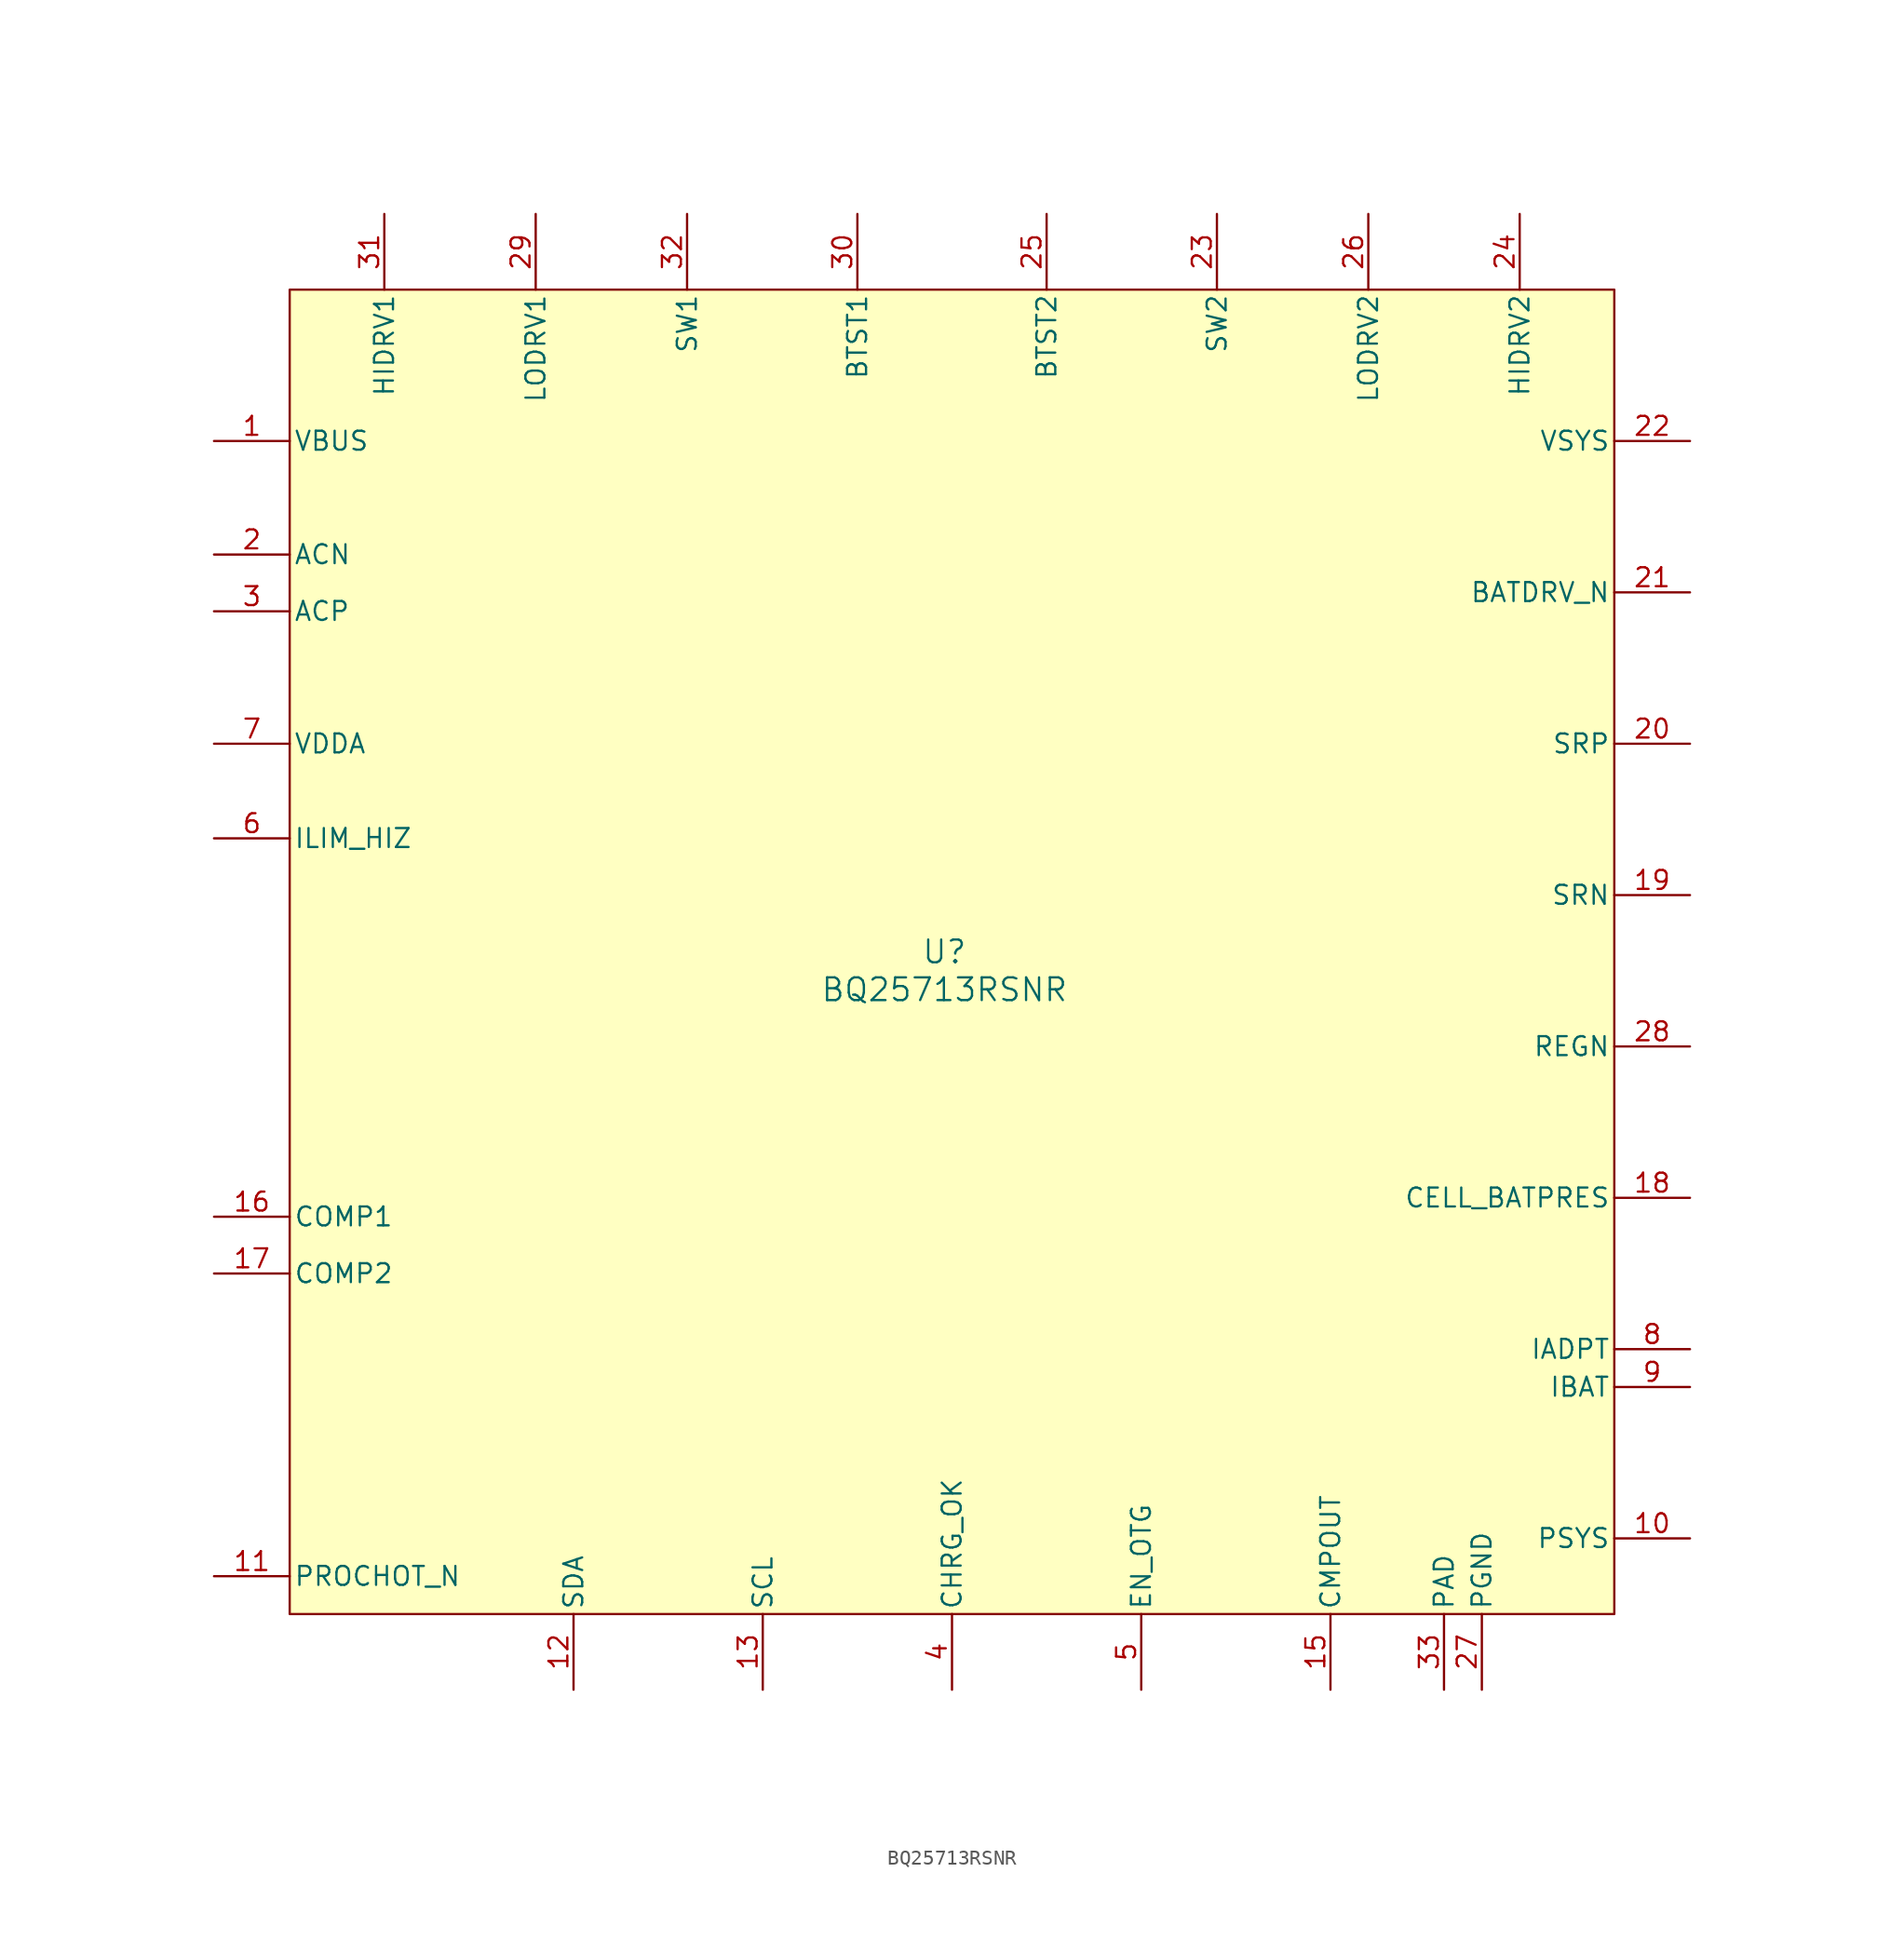
<source format=kicad_sym>
(kicad_symbol_lib
  (version 20231120)
  (generator "kicad_symbol_editor")
  (generator_version "8.99")
  (symbol "BQ25713RSNR"
    (pin_names
      (offset 0.254))
    (property "Reference" "U"
      (at -0.508 0 0)
      (effects (font (size 1.524 1.524))))
    (property "Value" "BQ25713RSNR"
      (at -0.508 -2.54 0)
      (effects (font (size 1.524 1.524))))
    (property "ki_locked" ""
      (at 0 0 0)
      (effects (font (size 1.27 1.27))))
    (symbol "BQ25713RSNR_0_1"
      (pin power_in line (at -49.53 34.29 0) (length 5.08) (name "VBUS" (effects (font (size 1.27 1.27)))) (number "1" (effects (font (size 1.27 1.27)))))
      (pin output line (at 49.53 -39.37 180) (length 5.08) (name "PSYS" (effects (font (size 1.27 1.27)))) (number "10" (effects (font (size 1.27 1.27)))))
      (pin open_collector line (at -49.53 -41.91 0) (length 5.08) (name "PROCHOT_N" (effects (font (size 1.27 1.27)))) (number "11" (effects (font (size 1.27 1.27)))))
      (pin bidirectional line (at -25.4 -49.53 90) (length 5.08) (name "SDA" (effects (font (size 1.27 1.27)))) (number "12" (effects (font (size 1.27 1.27)))))
      (pin input line (at -12.7 -49.53 90) (length 5.08) (name "SCL" (effects (font (size 1.27 1.27)))) (number "13" (effects (font (size 1.27 1.27)))))
      (pin open_collector line (at 25.4 -49.53 90) (length 5.08) (name "CMPOUT" (effects (font (size 1.27 1.27)))) (number "15" (effects (font (size 1.27 1.27)))))
      (pin input line (at -49.53 -17.78 0) (length 5.08) (name "COMP1" (effects (font (size 1.27 1.27)))) (number "16" (effects (font (size 1.27 1.27)))))
      (pin input line (at -49.53 -21.59 0) (length 5.08) (name "COMP2" (effects (font (size 1.27 1.27)))) (number "17" (effects (font (size 1.27 1.27)))))
      (pin input line (at 49.53 -16.51 180) (length 5.08) (name "CELL_BATPRES" (effects (font (size 1.27 1.27)))) (number "18" (effects (font (size 1.27 1.27)))))
      (pin input line (at 49.53 3.81 180) (length 5.08) (name "SRN" (effects (font (size 1.27 1.27)))) (number "19" (effects (font (size 1.27 1.27)))))
      (pin input line (at -49.53 26.67 0) (length 5.08) (name "ACN" (effects (font (size 1.27 1.27)))) (number "2" (effects (font (size 1.27 1.27)))))
      (pin input line (at 49.53 13.97 180) (length 5.08) (name "SRP" (effects (font (size 1.27 1.27)))) (number "20" (effects (font (size 1.27 1.27)))))
      (pin output line (at 49.53 24.13 180) (length 5.08) (name "BATDRV_N" (effects (font (size 1.27 1.27)))) (number "21" (effects (font (size 1.27 1.27)))))
      (pin power_in line (at 49.53 34.29 180) (length 5.08) (name "VSYS" (effects (font (size 1.27 1.27)))) (number "22" (effects (font (size 1.27 1.27)))))
      (pin power_in line (at 17.78 49.53 270) (length 5.08) (name "SW2" (effects (font (size 1.27 1.27)))) (number "23" (effects (font (size 1.27 1.27)))))
      (pin output line (at 38.1 49.53 270) (length 5.08) (name "HIDRV2" (effects (font (size 1.27 1.27)))) (number "24" (effects (font (size 1.27 1.27)))))
      (pin power_in line (at 6.35 49.53 270) (length 5.08) (name "BTST2" (effects (font (size 1.27 1.27)))) (number "25" (effects (font (size 1.27 1.27)))))
      (pin output line (at 27.94 49.53 270) (length 5.08) (name "LODRV2" (effects (font (size 1.27 1.27)))) (number "26" (effects (font (size 1.27 1.27)))))
      (pin power_in line (at 35.56 -49.53 90) (length 5.08) (name "PGND" (effects (font (size 1.27 1.27)))) (number "27" (effects (font (size 1.27 1.27)))))
      (pin power_in line (at 49.53 -6.35 180) (length 5.08) (name "REGN" (effects (font (size 1.27 1.27)))) (number "28" (effects (font (size 1.27 1.27)))))
      (pin output line (at -27.94 49.53 270) (length 5.08) (name "LODRV1" (effects (font (size 1.27 1.27)))) (number "29" (effects (font (size 1.27 1.27)))))
      (pin input line (at -49.53 22.86 0) (length 5.08) (name "ACP" (effects (font (size 1.27 1.27)))) (number "3" (effects (font (size 1.27 1.27)))))
      (pin power_in line (at -6.35 49.53 270) (length 5.08) (name "BTST1" (effects (font (size 1.27 1.27)))) (number "30" (effects (font (size 1.27 1.27)))))
      (pin output line (at -38.1 49.53 270) (length 5.08) (name "HIDRV1" (effects (font (size 1.27 1.27)))) (number "31" (effects (font (size 1.27 1.27)))))
      (pin power_in line (at -17.78 49.53 270) (length 5.08) (name "SW1" (effects (font (size 1.27 1.27)))) (number "32" (effects (font (size 1.27 1.27)))))
      (pin power_in line (at 33.02 -49.53 90) (length 5.08) (name "PAD" (effects (font (size 1.27 1.27)))) (number "33" (effects (font (size 1.27 1.27)))))
      (pin open_collector line (at 0 -49.53 90) (length 5.08) (name "CHRG_OK" (effects (font (size 1.27 1.27)))) (number "4" (effects (font (size 1.27 1.27)))))
      (pin input line (at 12.7 -49.53 90) (length 5.08) (name "EN_OTG" (effects (font (size 1.27 1.27)))) (number "5" (effects (font (size 1.27 1.27)))))
      (pin input line (at -49.53 7.62 0) (length 5.08) (name "ILIM_HIZ" (effects (font (size 1.27 1.27)))) (number "6" (effects (font (size 1.27 1.27)))))
      (pin power_in line (at -49.53 13.97 0) (length 5.08) (name "VDDA" (effects (font (size 1.27 1.27)))) (number "7" (effects (font (size 1.27 1.27)))))
      (pin output line (at 49.53 -26.67 180) (length 5.08) (name "IADPT" (effects (font (size 1.27 1.27)))) (number "8" (effects (font (size 1.27 1.27)))))
      (pin output line (at 49.53 -29.21 180) (length 5.08) (name "IBAT" (effects (font (size 1.27 1.27)))) (number "9" (effects (font (size 1.27 1.27))))))
    (symbol "BQ25713RSNR_1_1"
      (rectangle (start -44.45 44.45) (end 44.45 -44.45) (stroke (width 0) (type default)) (fill (type background))))))
</source>
